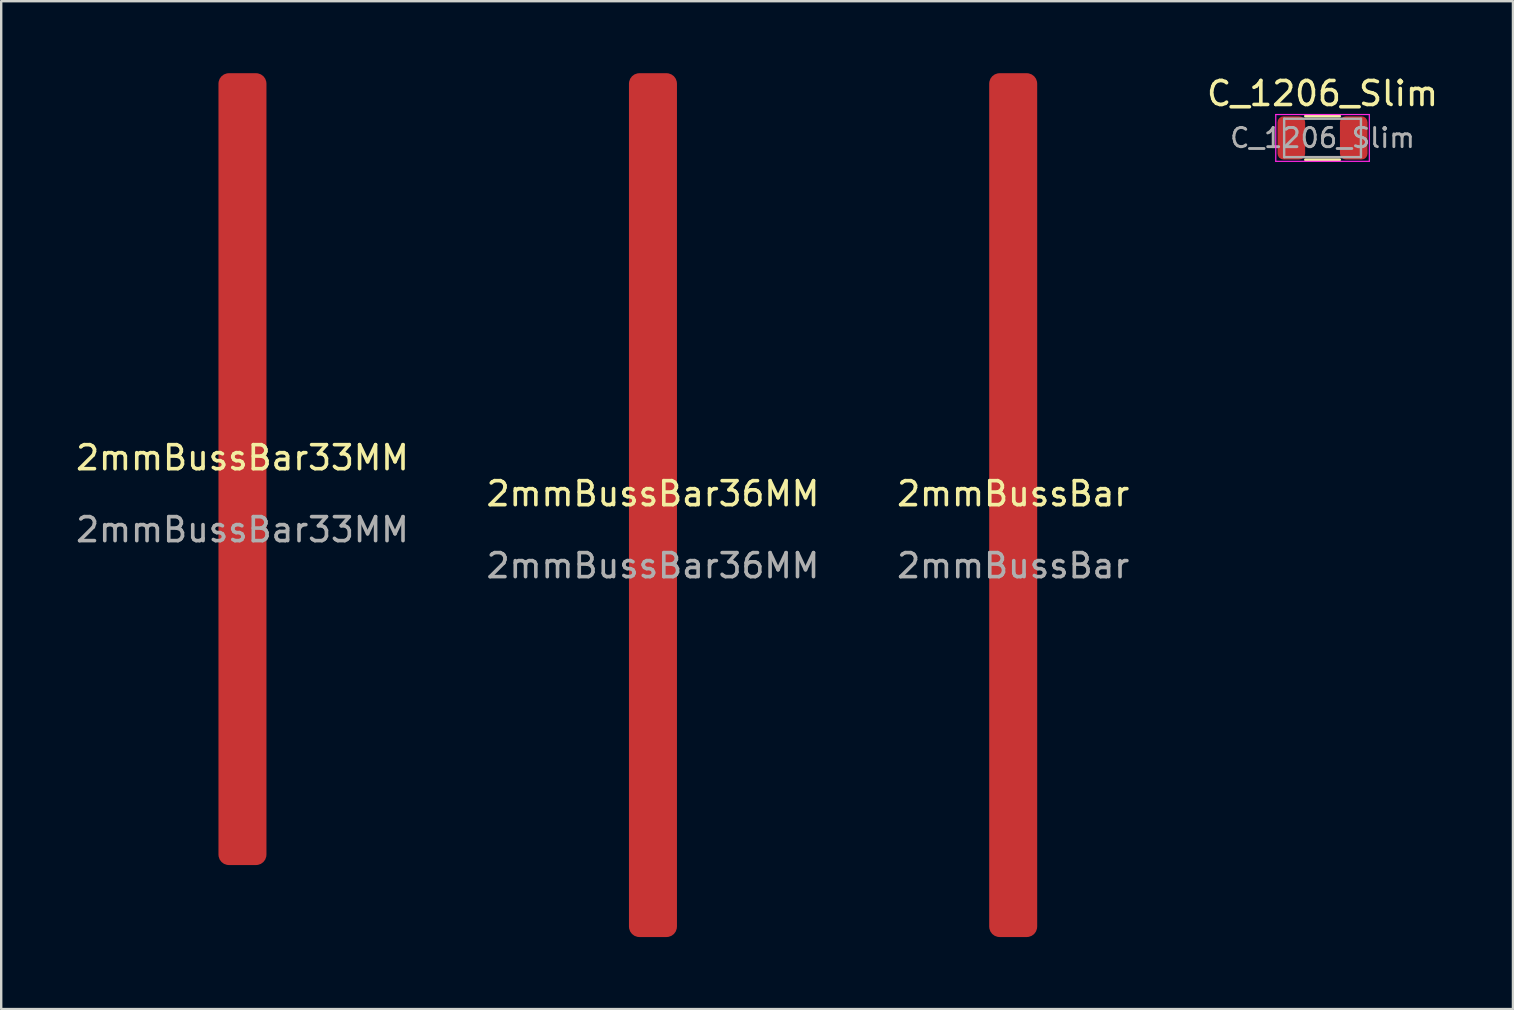
<source format=kicad_pcb>
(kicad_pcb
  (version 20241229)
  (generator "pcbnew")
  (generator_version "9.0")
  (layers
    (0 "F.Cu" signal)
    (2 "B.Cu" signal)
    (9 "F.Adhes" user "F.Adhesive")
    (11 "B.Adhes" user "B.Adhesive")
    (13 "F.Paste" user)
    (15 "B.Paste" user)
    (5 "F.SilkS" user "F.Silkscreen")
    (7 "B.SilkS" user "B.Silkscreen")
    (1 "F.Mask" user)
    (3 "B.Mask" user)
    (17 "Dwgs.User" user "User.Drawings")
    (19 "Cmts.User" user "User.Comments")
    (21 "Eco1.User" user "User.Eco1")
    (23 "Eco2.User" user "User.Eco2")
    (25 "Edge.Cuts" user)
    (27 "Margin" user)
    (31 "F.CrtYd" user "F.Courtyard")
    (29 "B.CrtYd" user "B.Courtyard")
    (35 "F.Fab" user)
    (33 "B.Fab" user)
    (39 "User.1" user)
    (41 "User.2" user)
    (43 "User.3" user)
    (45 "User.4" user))
  (footprint "2mmBussBar"
    (layer "F.Cu")
    (at 39.173 18.025)
    (property "Reference" "2mmBussBar" (at 0 -0.5 0) (unlocked yes) (layer "F.SilkS") (effects (font (size 1 1) (thickness 0.15))))
    (attr smd)
    (fp_rect (start -0.4 -17.3) (end 0.4 -16.5) (stroke (width 0.12) (type solid)) (fill yes) (layer "F.Paste"))
    (fp_rect (start -0.4 -16.05) (end 0.4 -15.25) (stroke (width 0.12) (type solid)) (fill yes) (layer "F.Paste"))
    (fp_rect (start -0.4 -14.8) (end 0.4 -14) (stroke (width 0.12) (type solid)) (fill yes) (layer "F.Paste"))
    (fp_rect (start -0.4 -13.55) (end 0.4 -12.75) (stroke (width 0.12) (type solid)) (fill yes) (layer "F.Paste"))
    (fp_rect (start -0.4 -12.3) (end 0.4 -11.5) (stroke (width 0.12) (type solid)) (fill yes) (layer "F.Paste"))
    (fp_rect (start -0.4 -11.05) (end 0.4 -10.25) (stroke (width 0.12) (type solid)) (fill yes) (layer "F.Paste"))
    (fp_rect (start -0.4 -9.8) (end 0.4 -9) (stroke (width 0.12) (type solid)) (fill yes) (layer "F.Paste"))
    (fp_rect (start -0.4 -8.55) (end 0.4 -7.75) (stroke (width 0.12) (type solid)) (fill yes) (layer "F.Paste"))
    (fp_rect (start -0.4 -7.3) (end 0.4 -6.5) (stroke (width 0.12) (type solid)) (fill yes) (layer "F.Paste"))
    (fp_rect (start -0.4 -6.05) (end 0.4 -5.25) (stroke (width 0.12) (type solid)) (fill yes) (layer "F.Paste"))
    (fp_rect (start -0.4 -4.8) (end 0.4 -4) (stroke (width 0.12) (type solid)) (fill yes) (layer "F.Paste"))
    (fp_rect (start -0.4 -3.55) (end 0.4 -2.75) (stroke (width 0.12) (type solid)) (fill yes) (layer "F.Paste"))
    (fp_rect (start -0.4 -2.3) (end 0.4 -1.5) (stroke (width 0.12) (type solid)) (fill yes) (layer "F.Paste"))
    (fp_rect (start -0.4 -1.05) (end 0.4 -0.25) (stroke (width 0.12) (type solid)) (fill yes) (layer "F.Paste"))
    (fp_rect (start -0.4 0.2) (end 0.4 1) (stroke (width 0.12) (type solid)) (fill yes) (layer "F.Paste"))
    (fp_rect (start -0.4 1.45) (end 0.4 2.25) (stroke (width 0.12) (type solid)) (fill yes) (layer "F.Paste"))
    (fp_rect (start -0.4 2.7) (end 0.4 3.5) (stroke (width 0.12) (type solid)) (fill yes) (layer "F.Paste"))
    (fp_rect (start -0.4 3.95) (end 0.4 4.75) (stroke (width 0.12) (type solid)) (fill yes) (layer "F.Paste"))
    (fp_rect (start -0.4 5.2) (end 0.4 6) (stroke (width 0.12) (type solid)) (fill yes) (layer "F.Paste"))
    (fp_rect (start -0.4 6.45) (end 0.4 7.25) (stroke (width 0.12) (type solid)) (fill yes) (layer "F.Paste"))
    (fp_rect (start -0.4 7.7) (end 0.4 8.5) (stroke (width 0.12) (type solid)) (fill yes) (layer "F.Paste"))
    (fp_rect (start -0.4 8.95) (end 0.4 9.75) (stroke (width 0.12) (type solid)) (fill yes) (layer "F.Paste"))
    (fp_rect (start -0.4 10.2) (end 0.4 11) (stroke (width 0.12) (type solid)) (fill yes) (layer "F.Paste"))
    (fp_rect (start -0.4 11.45) (end 0.4 12.25) (stroke (width 0.12) (type solid)) (fill yes) (layer "F.Paste"))
    (fp_rect (start -0.4 12.7) (end 0.4 13.5) (stroke (width 0.12) (type solid)) (fill yes) (layer "F.Paste"))
    (fp_rect (start -0.4 13.95) (end 0.4 14.75) (stroke (width 0.12) (type solid)) (fill yes) (layer "F.Paste"))
    (fp_rect (start -0.4 15.2) (end 0.4 16) (stroke (width 0.12) (type solid)) (fill yes) (layer "F.Paste"))
    (fp_rect (start -0.4 16.45) (end 0.4 17.25) (stroke (width 0.12) (type solid)) (fill yes) (layer "F.Paste"))
    (fp_text user "${REFERENCE}" (at 0 2.5 0) (unlocked yes) (layer "F.Fab") (effects (font (size 1 1) (thickness 0.15))))
    (pad "1" smd roundrect (at 0 -0.025) (size 2 36) (layers "F.Cu" "F.Mask") (roundrect_rratio 0.217)))
  (footprint "2mmBussBar36MM"
    (layer "F.Cu")
    (at 24.161 18.025)
    (property "Reference" "2mmBussBar36MM" (at 0 -0.5 0) (unlocked yes) (layer "F.SilkS") (effects (font (size 1 1) (thickness 0.15))))
    (attr smd)
    (fp_rect (start -0.4 -17.3) (end 0.4 -16.5) (stroke (width 0.12) (type solid)) (fill yes) (layer "F.Paste"))
    (fp_rect (start -0.4 -16.05) (end 0.4 -15.25) (stroke (width 0.12) (type solid)) (fill yes) (layer "F.Paste"))
    (fp_rect (start -0.4 -14.8) (end 0.4 -14) (stroke (width 0.12) (type solid)) (fill yes) (layer "F.Paste"))
    (fp_rect (start -0.4 -13.55) (end 0.4 -12.75) (stroke (width 0.12) (type solid)) (fill yes) (layer "F.Paste"))
    (fp_rect (start -0.4 -12.3) (end 0.4 -11.5) (stroke (width 0.12) (type solid)) (fill yes) (layer "F.Paste"))
    (fp_rect (start -0.4 -11.05) (end 0.4 -10.25) (stroke (width 0.12) (type solid)) (fill yes) (layer "F.Paste"))
    (fp_rect (start -0.4 -9.8) (end 0.4 -9) (stroke (width 0.12) (type solid)) (fill yes) (layer "F.Paste"))
    (fp_rect (start -0.4 -8.55) (end 0.4 -7.75) (stroke (width 0.12) (type solid)) (fill yes) (layer "F.Paste"))
    (fp_rect (start -0.4 -7.3) (end 0.4 -6.5) (stroke (width 0.12) (type solid)) (fill yes) (layer "F.Paste"))
    (fp_rect (start -0.4 -6.05) (end 0.4 -5.25) (stroke (width 0.12) (type solid)) (fill yes) (layer "F.Paste"))
    (fp_rect (start -0.4 -4.8) (end 0.4 -4) (stroke (width 0.12) (type solid)) (fill yes) (layer "F.Paste"))
    (fp_rect (start -0.4 -3.55) (end 0.4 -2.75) (stroke (width 0.12) (type solid)) (fill yes) (layer "F.Paste"))
    (fp_rect (start -0.4 -2.3) (end 0.4 -1.5) (stroke (width 0.12) (type solid)) (fill yes) (layer "F.Paste"))
    (fp_rect (start -0.4 -1.05) (end 0.4 -0.25) (stroke (width 0.12) (type solid)) (fill yes) (layer "F.Paste"))
    (fp_rect (start -0.4 0.2) (end 0.4 1) (stroke (width 0.12) (type solid)) (fill yes) (layer "F.Paste"))
    (fp_rect (start -0.4 1.45) (end 0.4 2.25) (stroke (width 0.12) (type solid)) (fill yes) (layer "F.Paste"))
    (fp_rect (start -0.4 2.7) (end 0.4 3.5) (stroke (width 0.12) (type solid)) (fill yes) (layer "F.Paste"))
    (fp_rect (start -0.4 3.95) (end 0.4 4.75) (stroke (width 0.12) (type solid)) (fill yes) (layer "F.Paste"))
    (fp_rect (start -0.4 5.2) (end 0.4 6) (stroke (width 0.12) (type solid)) (fill yes) (layer "F.Paste"))
    (fp_rect (start -0.4 6.45) (end 0.4 7.25) (stroke (width 0.12) (type solid)) (fill yes) (layer "F.Paste"))
    (fp_rect (start -0.4 7.7) (end 0.4 8.5) (stroke (width 0.12) (type solid)) (fill yes) (layer "F.Paste"))
    (fp_rect (start -0.4 8.95) (end 0.4 9.75) (stroke (width 0.12) (type solid)) (fill yes) (layer "F.Paste"))
    (fp_rect (start -0.4 10.2) (end 0.4 11) (stroke (width 0.12) (type solid)) (fill yes) (layer "F.Paste"))
    (fp_rect (start -0.4 11.45) (end 0.4 12.25) (stroke (width 0.12) (type solid)) (fill yes) (layer "F.Paste"))
    (fp_rect (start -0.4 12.7) (end 0.4 13.5) (stroke (width 0.12) (type solid)) (fill yes) (layer "F.Paste"))
    (fp_rect (start -0.4 13.95) (end 0.4 14.75) (stroke (width 0.12) (type solid)) (fill yes) (layer "F.Paste"))
    (fp_rect (start -0.4 15.2) (end 0.4 16) (stroke (width 0.12) (type solid)) (fill yes) (layer "F.Paste"))
    (fp_rect (start -0.4 16.45) (end 0.4 17.25) (stroke (width 0.12) (type solid)) (fill yes) (layer "F.Paste"))
    (fp_text user "${REFERENCE}" (at 0 2.5 0) (unlocked yes) (layer "F.Fab") (effects (font (size 1 1) (thickness 0.15))))
    (pad "1" smd roundrect (at 0 -0.025) (size 2 36) (layers "F.Cu" "F.Mask") (roundrect_rratio 0.217)))
  (footprint "C_1206_Slim"
    (layer "F.Cu")
    (at 52.065 2.698)
    (property "Reference" "C_1206_Slim" (at 0 -1.85 0) (layer "F.SilkS") (effects (font (size 1 1) (thickness 0.15))))
    (attr smd)
    (fp_line (start -0.711 -0.91) (end 0.711 -0.91) (stroke (width 0.12) (type solid)) (layer "F.SilkS"))
    (fp_line (start -0.711 0.91) (end 0.711 0.91) (stroke (width 0.12) (type solid)) (layer "F.SilkS"))
    (fp_line (start -1.95 -0.975) (end 1.95 -0.975) (stroke (width 0.05) (type solid)) (layer "F.CrtYd"))
    (fp_line (start -1.95 0.975) (end -1.95 -0.975) (stroke (width 0.05) (type solid)) (layer "F.CrtYd"))
    (fp_line (start 1.95 -0.975) (end 1.95 0.975) (stroke (width 0.05) (type solid)) (layer "F.CrtYd"))
    (fp_line (start 1.95 0.975) (end -1.95 0.975) (stroke (width 0.05) (type solid)) (layer "F.CrtYd"))
    (fp_line (start -1.6 -0.8) (end 1.6 -0.8) (stroke (width 0.1) (type solid)) (layer "F.Fab"))
    (fp_line (start -1.6 0.8) (end -1.6 -0.8) (stroke (width 0.1) (type solid)) (layer "F.Fab"))
    (fp_line (start 1.6 -0.8) (end 1.6 0.8) (stroke (width 0.1) (type solid)) (layer "F.Fab"))
    (fp_line (start 1.6 0.8) (end -1.6 0.8) (stroke (width 0.1) (type solid)) (layer "F.Fab"))
    (fp_text user "${REFERENCE}" (at 0 0 0) (layer "F.Fab") (effects (font (size 0.8 0.8) (thickness 0.12))))
    (pad "1" smd roundrect (at -1.3 0) (size 1.15 1.8) (layers "F.Cu" "F.Mask" "F.Paste") (roundrect_rratio 0.217))
    (pad "2" smd roundrect (at 1.3 0) (size 1.15 1.8) (layers "F.Cu" "F.Mask" "F.Paste") (roundrect_rratio 0.217)))
  (footprint "2mmBussBar33MM"
    (layer "F.Cu")
    (at 7.054 16.525)
    (property "Reference" "2mmBussBar33MM" (at 0 -0.5 0) (unlocked yes) (layer "F.SilkS") (effects (font (size 1 1) (thickness 0.15))))
    (attr smd)
    (fp_rect (start -0.4 -16.05) (end 0.4 -15.25) (stroke (width 0.12) (type solid)) (fill yes) (layer "F.Paste"))
    (fp_rect (start -0.4 -14.8) (end 0.4 -14) (stroke (width 0.12) (type solid)) (fill yes) (layer "F.Paste"))
    (fp_rect (start -0.4 -13.55) (end 0.4 -12.75) (stroke (width 0.12) (type solid)) (fill yes) (layer "F.Paste"))
    (fp_rect (start -0.4 -12.3) (end 0.4 -11.5) (stroke (width 0.12) (type solid)) (fill yes) (layer "F.Paste"))
    (fp_rect (start -0.4 -11.05) (end 0.4 -10.25) (stroke (width 0.12) (type solid)) (fill yes) (layer "F.Paste"))
    (fp_rect (start -0.4 -9.8) (end 0.4 -9) (stroke (width 0.12) (type solid)) (fill yes) (layer "F.Paste"))
    (fp_rect (start -0.4 -8.55) (end 0.4 -7.75) (stroke (width 0.12) (type solid)) (fill yes) (layer "F.Paste"))
    (fp_rect (start -0.4 -7.3) (end 0.4 -6.5) (stroke (width 0.12) (type solid)) (fill yes) (layer "F.Paste"))
    (fp_rect (start -0.4 -6.05) (end 0.4 -5.25) (stroke (width 0.12) (type solid)) (fill yes) (layer "F.Paste"))
    (fp_rect (start -0.4 -4.8) (end 0.4 -4) (stroke (width 0.12) (type solid)) (fill yes) (layer "F.Paste"))
    (fp_rect (start -0.4 -3.55) (end 0.4 -2.75) (stroke (width 0.12) (type solid)) (fill yes) (layer "F.Paste"))
    (fp_rect (start -0.4 -2.3) (end 0.4 -1.5) (stroke (width 0.12) (type solid)) (fill yes) (layer "F.Paste"))
    (fp_rect (start -0.4 -1.05) (end 0.4 -0.25) (stroke (width 0.12) (type solid)) (fill yes) (layer "F.Paste"))
    (fp_rect (start -0.4 0.2) (end 0.4 1) (stroke (width 0.12) (type solid)) (fill yes) (layer "F.Paste"))
    (fp_rect (start -0.4 1.45) (end 0.4 2.25) (stroke (width 0.12) (type solid)) (fill yes) (layer "F.Paste"))
    (fp_rect (start -0.4 2.7) (end 0.4 3.5) (stroke (width 0.12) (type solid)) (fill yes) (layer "F.Paste"))
    (fp_rect (start -0.4 3.95) (end 0.4 4.75) (stroke (width 0.12) (type solid)) (fill yes) (layer "F.Paste"))
    (fp_rect (start -0.4 5.2) (end 0.4 6) (stroke (width 0.12) (type solid)) (fill yes) (layer "F.Paste"))
    (fp_rect (start -0.4 6.45) (end 0.4 7.25) (stroke (width 0.12) (type solid)) (fill yes) (layer "F.Paste"))
    (fp_rect (start -0.4 7.7) (end 0.4 8.5) (stroke (width 0.12) (type solid)) (fill yes) (layer "F.Paste"))
    (fp_rect (start -0.4 8.95) (end 0.4 9.75) (stroke (width 0.12) (type solid)) (fill yes) (layer "F.Paste"))
    (fp_rect (start -0.4 10.2) (end 0.4 11) (stroke (width 0.12) (type solid)) (fill yes) (layer "F.Paste"))
    (fp_rect (start -0.4 11.45) (end 0.4 12.25) (stroke (width 0.12) (type solid)) (fill yes) (layer "F.Paste"))
    (fp_rect (start -0.4 12.7) (end 0.4 13.5) (stroke (width 0.12) (type solid)) (fill yes) (layer "F.Paste"))
    (fp_rect (start -0.4 13.95) (end 0.4 14.75) (stroke (width 0.12) (type solid)) (fill yes) (layer "F.Paste"))
    (fp_rect (start -0.4 15.2) (end 0.4 16) (stroke (width 0.12) (type solid)) (fill yes) (layer "F.Paste"))
    (fp_text user "${REFERENCE}" (at 0 2.5 0) (unlocked yes) (layer "F.Fab") (effects (font (size 1 1) (thickness 0.15))))
    (pad "1" smd roundrect (at 0 -0.025) (size 2 33) (layers "F.Cu" "F.Mask") (roundrect_rratio 0.217)))
  (gr_rect
    (start -3 -3)
    (end 60 39)
    (stroke (width 0.1) (type default))
    (fill no)
    (layer "Edge.Cuts")))
</source>
